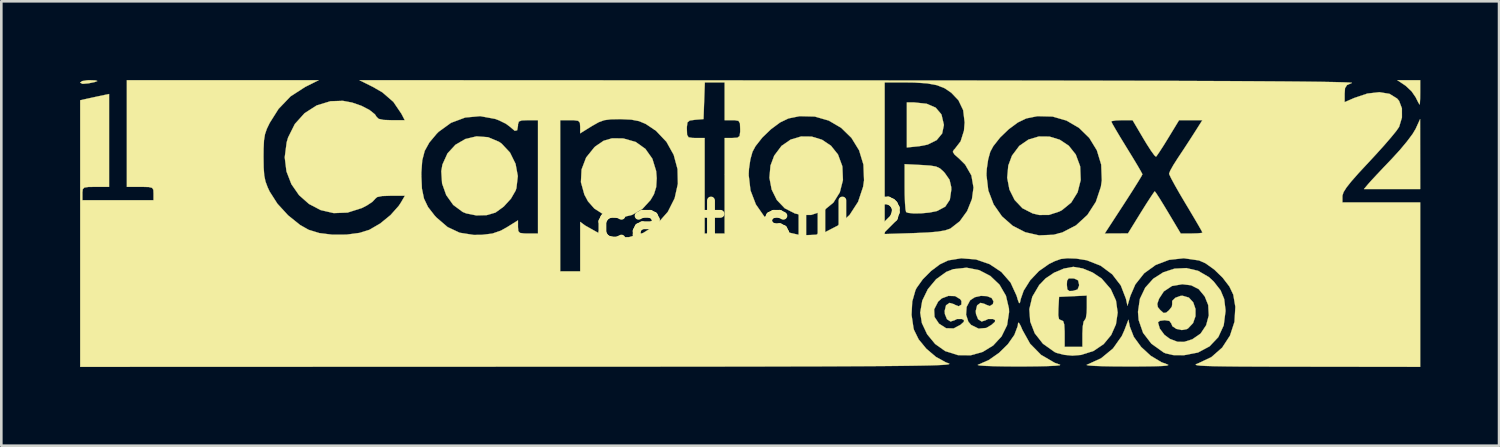
<source format=kicad_pcb>
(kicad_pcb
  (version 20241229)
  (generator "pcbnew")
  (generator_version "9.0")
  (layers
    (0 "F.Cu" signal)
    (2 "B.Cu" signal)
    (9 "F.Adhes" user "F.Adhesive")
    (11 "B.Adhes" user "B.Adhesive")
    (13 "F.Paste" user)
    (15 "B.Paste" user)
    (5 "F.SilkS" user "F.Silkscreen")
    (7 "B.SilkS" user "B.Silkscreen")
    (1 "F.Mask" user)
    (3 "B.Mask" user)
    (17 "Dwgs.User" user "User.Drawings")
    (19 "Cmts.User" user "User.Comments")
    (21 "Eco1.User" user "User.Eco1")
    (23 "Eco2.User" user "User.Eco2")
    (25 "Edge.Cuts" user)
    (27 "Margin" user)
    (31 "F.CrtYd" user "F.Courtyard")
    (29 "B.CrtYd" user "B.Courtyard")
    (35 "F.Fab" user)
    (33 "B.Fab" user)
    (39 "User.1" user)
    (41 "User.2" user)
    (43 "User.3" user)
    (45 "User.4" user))
  (footprint "captosilk2"
    (layer "F.Cu")
    (at 25.49 5.424)
    (property "Reference" "captosilk2" (at 0 0 0) (layer "F.SilkS") (effects (font (size 1.524 1.524) (thickness 0.3))))
    (attr through_hole)
    (fp_poly (pts (xy -24.896 -5.411) (xy -24.829 -5.387) (xy -24.931 -5.348) (xy -25.167 -5.299) (xy -25.393 -5.279) (xy -25.484 -5.322) (xy -25.485 -5.33) (xy -25.409 -5.385) (xy -25.22 -5.416) (xy -25.132 -5.419) (xy -24.896 -5.411)) (stroke (width 0.01) (type solid)) (fill yes) (layer "F.SilkS"))
    (fp_poly (pts (xy 6.287 -4.572) (xy 6.767 -4.521) (xy 7.111 -4.372) (xy 7.321 -4.124) (xy 7.335 -4.092) (xy 7.423 -3.713) (xy 7.356 -3.389) (xy 7.146 -3.135) (xy 6.802 -2.965) (xy 6.487 -2.904) (xy 6.011 -2.855) (xy 6.011 -4.572) (xy 6.287 -4.572)) (stroke (width 0.01) (type solid)) (fill yes) (layer "F.SilkS"))
    (fp_poly (pts (xy 25.569 -4.953) (xy 25.566 -4.698) (xy 25.557 -4.53) (xy 25.548 -4.489) (xy 25.502 -4.559) (xy 25.417 -4.727) (xy 25.4 -4.764) (xy 25.242 -4.994) (xy 25.019 -5.204) (xy 24.985 -5.227) (xy 24.698 -5.419) (xy 25.569 -5.419) (xy 25.569 -4.953)) (stroke (width 0.01) (type solid)) (fill yes) (layer "F.SilkS"))
    (fp_poly (pts (xy 25.567 -2.603) (xy 25.569 -1.27) (xy 23.426 -1.27) (xy 23.586 -1.46) (xy 23.705 -1.594) (xy 23.914 -1.819) (xy 24.181 -2.102) (xy 24.48 -2.415) (xy 24.486 -2.421) (xy 24.79 -2.753) (xy 25.064 -3.081) (xy 25.277 -3.366) (xy 25.396 -3.564) (xy 25.566 -3.937) (xy 25.567 -2.603)) (stroke (width 0.01) (type solid)) (fill yes) (layer "F.SilkS"))
    (fp_poly (pts (xy 2.386 -3.27) (xy 2.777 -3.151) (xy 3.12 -2.922) (xy 3.388 -2.587) (xy 3.549 -2.151) (xy 3.555 -2.12) (xy 3.576 -1.613) (xy 3.457 -1.147) (xy 3.213 -0.755) (xy 2.86 -0.466) (xy 2.76 -0.415) (xy 2.368 -0.286) (xy 1.996 -0.283) (xy 1.744 -0.342) (xy 1.357 -0.54) (xy 1.057 -0.855) (xy 0.86 -1.253) (xy 0.775 -1.701) (xy 0.815 -2.164) (xy 0.957 -2.543) (xy 1.235 -2.915) (xy 1.586 -3.157) (xy 1.98 -3.274) (xy 2.386 -3.27)) (stroke (width 0.01) (type solid)) (fill yes) (layer "F.SilkS"))
    (fp_poly (pts (xy 6.57 -2.187) (xy 6.906 -2.165) (xy 7.122 -2.129) (xy 7.271 -2.06) (xy 7.403 -1.942) (xy 7.459 -1.88) (xy 7.637 -1.625) (xy 7.702 -1.347) (xy 7.705 -1.245) (xy 7.649 -0.865) (xy 7.474 -0.601) (xy 7.171 -0.439) (xy 7.131 -0.427) (xy 6.868 -0.375) (xy 6.565 -0.347) (xy 6.278 -0.342) (xy 6.063 -0.363) (xy 5.983 -0.395) (xy 5.96 -0.498) (xy 5.941 -0.733) (xy 5.929 -1.06) (xy 5.927 -1.336) (xy 5.927 -2.22) (xy 6.57 -2.187)) (stroke (width 0.01) (type solid)) (fill yes) (layer "F.SilkS"))
    (fp_poly (pts (xy 11.446 -3.27) (xy 11.836 -3.151) (xy 12.18 -2.922) (xy 12.447 -2.587) (xy 12.609 -2.151) (xy 12.615 -2.12) (xy 12.635 -1.613) (xy 12.516 -1.147) (xy 12.273 -0.755) (xy 11.919 -0.466) (xy 11.819 -0.415) (xy 11.427 -0.286) (xy 11.056 -0.283) (xy 10.804 -0.342) (xy 10.416 -0.54) (xy 10.117 -0.855) (xy 9.919 -1.253) (xy 9.834 -1.701) (xy 9.875 -2.164) (xy 10.016 -2.543) (xy 10.294 -2.915) (xy 10.645 -3.157) (xy 11.039 -3.274) (xy 11.446 -3.27)) (stroke (width 0.01) (type solid)) (fill yes) (layer "F.SilkS"))
    (fp_poly (pts (xy 14.506 3.971) (xy 14.658 4.361) (xy 14.937 4.744) (xy 15.301 5.08) (xy 15.71 5.326) (xy 15.918 5.403) (xy 15.977 5.432) (xy 15.919 5.455) (xy 15.734 5.471) (xy 15.409 5.481) (xy 14.936 5.487) (xy 14.436 5.488) (xy 13.924 5.486) (xy 13.489 5.478) (xy 13.152 5.466) (xy 12.935 5.45) (xy 12.857 5.432) (xy 12.87 5.424) (xy 13.411 5.177) (xy 13.865 4.803) (xy 14.201 4.328) (xy 14.299 4.11) (xy 14.453 3.705) (xy 14.506 3.971)) (stroke (width 0.01) (type solid)) (fill yes) (layer "F.SilkS"))
    (fp_poly (pts (xy -9.945 -3.247) (xy -9.528 -3.072) (xy -9.428 -3.002) (xy -9.108 -2.66) (xy -8.897 -2.232) (xy -8.811 -1.765) (xy -8.864 -1.307) (xy -8.895 -1.212) (xy -9.072 -0.906) (xy -9.345 -0.607) (xy -9.652 -0.382) (xy -9.669 -0.373) (xy -9.998 -0.277) (xy -10.393 -0.267) (xy -10.777 -0.344) (xy -10.912 -0.399) (xy -11.271 -0.665) (xy -11.539 -1.041) (xy -11.697 -1.484) (xy -11.727 -1.953) (xy -11.684 -2.203) (xy -11.491 -2.629) (xy -11.188 -2.958) (xy -10.808 -3.179) (xy -10.383 -3.279) (xy -9.945 -3.247)) (stroke (width 0.01) (type solid)) (fill yes) (layer "F.SilkS"))
    (fp_poly (pts (xy -4.828 -3.201) (xy -4.779 -3.196) (xy -4.321 -3.066) (xy -3.951 -2.803) (xy -3.685 -2.427) (xy -3.541 -1.958) (xy -3.519 -1.685) (xy -3.54 -1.345) (xy -3.623 -1.077) (xy -3.754 -0.853) (xy -4.063 -0.516) (xy -4.45 -0.289) (xy -4.876 -0.183) (xy -5.299 -0.211) (xy -5.545 -0.303) (xy -5.895 -0.528) (xy -6.137 -0.802) (xy -6.275 -1.058) (xy -6.407 -1.535) (xy -6.382 -2.018) (xy -6.209 -2.472) (xy -5.895 -2.862) (xy -5.848 -2.903) (xy -5.542 -3.111) (xy -5.224 -3.204) (xy -4.828 -3.201)) (stroke (width 0.01) (type solid)) (fill yes) (layer "F.SilkS"))
    (fp_poly (pts (xy 10.346 3.937) (xy 10.415 4.099) (xy 10.707 4.622) (xy 11.125 5.047) (xy 11.644 5.349) (xy 11.853 5.424) (xy 11.837 5.443) (xy 11.672 5.46) (xy 11.38 5.474) (xy 10.981 5.483) (xy 10.497 5.488) (xy 10.287 5.489) (xy 9.775 5.486) (xy 9.34 5.478) (xy 9.003 5.466) (xy 8.786 5.45) (xy 8.709 5.432) (xy 8.721 5.424) (xy 9.134 5.242) (xy 9.524 4.97) (xy 9.859 4.641) (xy 10.107 4.287) (xy 10.237 3.943) (xy 10.249 3.835) (xy 10.277 3.82) (xy 10.346 3.937)) (stroke (width 0.01) (type solid)) (fill yes) (layer "F.SilkS"))
    (fp_poly (pts (xy 12.711 1.754) (xy 13.092 1.911) (xy 13.425 2.133) (xy 13.435 2.142) (xy 13.781 2.541) (xy 13.98 2.981) (xy 14.043 3.436) (xy 13.978 3.88) (xy 13.797 4.289) (xy 13.508 4.638) (xy 13.12 4.899) (xy 12.645 5.049) (xy 12.319 5.075) (xy 12.011 5.046) (xy 11.729 4.976) (xy 11.642 4.939) (xy 11.195 4.621) (xy 10.884 4.225) (xy 10.711 3.777) (xy 10.695 3.548) (xy 11.78 3.548) (xy 11.809 3.684) (xy 11.881 3.725) (xy 11.891 3.725) (xy 11.967 3.761) (xy 12.008 3.889) (xy 12.022 4.145) (xy 12.023 4.233) (xy 12.023 4.741) (xy 12.7 4.741) (xy 12.7 4.233) (xy 12.713 3.963) (xy 12.746 3.779) (xy 12.785 3.725) (xy 12.831 3.649) (xy 12.862 3.451) (xy 12.869 3.256) (xy 12.869 2.786) (xy 11.811 2.836) (xy 11.785 3.281) (xy 11.78 3.548) (xy 10.695 3.548) (xy 10.678 3.304) (xy 10.791 2.832) (xy 11.052 2.389) (xy 11.069 2.371) (xy 12.107 2.371) (xy 12.124 2.553) (xy 12.204 2.615) (xy 12.34 2.609) (xy 12.515 2.555) (xy 12.571 2.418) (xy 12.573 2.371) (xy 12.536 2.208) (xy 12.392 2.14) (xy 12.34 2.132) (xy 12.178 2.132) (xy 12.116 2.217) (xy 12.107 2.371) (xy 11.069 2.371) (xy 11.296 2.134) (xy 11.62 1.916) (xy 11.996 1.758) (xy 12.347 1.694) (xy 12.361 1.694) (xy 12.711 1.754)) (stroke (width 0.01) (type solid)) (fill yes) (layer "F.SilkS"))
    (fp_poly (pts (xy 17.107 1.844) (xy 17.523 2.086) (xy 17.706 2.257) (xy 17.964 2.587) (xy 18.102 2.92) (xy 18.151 3.328) (xy 18.152 3.386) (xy 18.084 3.92) (xy 17.877 4.371) (xy 17.544 4.722) (xy 17.103 4.957) (xy 16.572 5.059) (xy 16.158 5.055) (xy 15.86 4.985) (xy 15.79 4.952) (xy 15.329 4.622) (xy 15.012 4.209) (xy 14.843 3.722) (xy 14.817 3.408) (xy 14.862 3.102) (xy 15.552 3.102) (xy 15.574 3.229) (xy 15.666 3.339) (xy 15.792 3.45) (xy 15.89 3.438) (xy 15.997 3.349) (xy 16.107 3.211) (xy 16.12 3.118) (xy 16.121 2.99) (xy 16.242 2.871) (xy 16.436 2.8) (xy 16.516 2.794) (xy 16.756 2.864) (xy 16.922 3.046) (xy 17.008 3.297) (xy 17.007 3.574) (xy 16.916 3.835) (xy 16.727 4.036) (xy 16.683 4.062) (xy 16.489 4.101) (xy 16.282 4.058) (xy 16.128 3.955) (xy 16.087 3.854) (xy 16.014 3.753) (xy 15.833 3.725) (xy 15.654 3.749) (xy 15.579 3.805) (xy 15.579 3.806) (xy 15.649 4.047) (xy 15.826 4.285) (xy 16.034 4.438) (xy 16.32 4.547) (xy 16.574 4.552) (xy 16.881 4.455) (xy 16.892 4.45) (xy 17.202 4.236) (xy 17.414 3.919) (xy 17.515 3.542) (xy 17.493 3.148) (xy 17.361 2.821) (xy 17.132 2.542) (xy 16.843 2.396) (xy 16.506 2.355) (xy 16.111 2.423) (xy 15.801 2.629) (xy 15.62 2.906) (xy 15.552 3.102) (xy 14.862 3.102) (xy 14.89 2.911) (xy 15.093 2.486) (xy 15.398 2.146) (xy 15.779 1.902) (xy 16.208 1.762) (xy 16.66 1.74) (xy 17.107 1.844)) (stroke (width 0.01) (type solid)) (fill yes) (layer "F.SilkS"))
    (fp_poly (pts (xy 8.765 1.818) (xy 9.192 2.04) (xy 9.541 2.372) (xy 9.786 2.793) (xy 9.901 3.283) (xy 9.906 3.417) (xy 9.83 3.915) (xy 9.619 4.344) (xy 9.3 4.689) (xy 8.9 4.934) (xy 8.445 5.062) (xy 7.961 5.057) (xy 7.476 4.904) (xy 7.468 4.9) (xy 7.089 4.632) (xy 6.784 4.261) (xy 6.584 3.835) (xy 6.52 3.438) (xy 6.541 3.315) (xy 7.05 3.315) (xy 7.065 3.601) (xy 7.235 3.856) (xy 7.507 4.031) (xy 7.795 4.039) (xy 8.055 3.901) (xy 8.184 3.783) (xy 8.186 3.72) (xy 8.106 3.68) (xy 7.92 3.68) (xy 7.831 3.726) (xy 7.675 3.776) (xy 7.54 3.688) (xy 7.47 3.515) (xy 8.267 3.515) (xy 8.355 3.784) (xy 8.459 3.906) (xy 8.746 4.047) (xy 9.039 4.02) (xy 9.24 3.901) (xy 9.369 3.783) (xy 9.371 3.72) (xy 9.291 3.68) (xy 9.105 3.68) (xy 9.016 3.726) (xy 8.86 3.776) (xy 8.726 3.688) (xy 8.646 3.49) (xy 8.636 3.374) (xy 8.688 3.16) (xy 8.818 3.065) (xy 8.989 3.111) (xy 9.014 3.13) (xy 9.173 3.187) (xy 9.289 3.111) (xy 9.313 3.01) (xy 9.242 2.88) (xy 9.064 2.809) (xy 8.832 2.798) (xy 8.6 2.85) (xy 8.421 2.968) (xy 8.288 3.22) (xy 8.267 3.515) (xy 7.47 3.515) (xy 7.46 3.49) (xy 7.451 3.374) (xy 7.503 3.159) (xy 7.634 3.066) (xy 7.81 3.116) (xy 7.836 3.137) (xy 7.988 3.194) (xy 8.089 3.131) (xy 8.09 2.995) (xy 8.046 2.925) (xy 7.851 2.807) (xy 7.595 2.799) (xy 7.344 2.892) (xy 7.203 3.017) (xy 7.05 3.315) (xy 6.541 3.315) (xy 6.598 2.982) (xy 6.811 2.543) (xy 7.126 2.165) (xy 7.512 1.886) (xy 7.779 1.781) (xy 8.285 1.725) (xy 8.765 1.818)) (stroke (width 0.01) (type solid)) (fill yes) (layer "F.SilkS"))
    (fp_poly (pts (xy -16.913 -5.162) (xy -17.47 -4.802) (xy -17.929 -4.323) (xy -18.264 -3.792) (xy -18.374 -3.565) (xy -18.444 -3.36) (xy -18.482 -3.126) (xy -18.497 -2.812) (xy -18.5 -2.498) (xy -18.494 -2.087) (xy -18.473 -1.791) (xy -18.425 -1.559) (xy -18.342 -1.337) (xy -18.266 -1.175) (xy -17.97 -0.712) (xy -17.565 -0.271) (xy -17.107 0.097) (xy -16.782 0.281) (xy -16.374 0.406) (xy -15.873 0.468) (xy -15.341 0.465) (xy -14.842 0.399) (xy -14.468 0.282) (xy -14.052 0.04) (xy -13.659 -0.281) (xy -13.348 -0.631) (xy -13.267 -0.754) (xy -13.114 -1.016) (xy -13.66 -1.016) (xy -13.982 -1.005) (xy -14.168 -0.967) (xy -14.252 -0.895) (xy -14.256 -0.886) (xy -14.356 -0.781) (xy -14.562 -0.646) (xy -14.752 -0.548) (xy -15.296 -0.375) (xy -15.826 -0.355) (xy -16.323 -0.47) (xy -16.769 -0.704) (xy -17.147 -1.039) (xy -17.438 -1.458) (xy -17.562 -1.778) (xy -12.487 -1.778) (xy -12.465 -1.289) (xy -12.387 -0.91) (xy -12.233 -0.587) (xy -11.983 -0.265) (xy -11.907 -0.183) (xy -11.487 0.177) (xy -11.026 0.393) (xy -10.49 0.477) (xy -10.176 0.473) (xy -9.782 0.425) (xy -9.459 0.314) (xy -9.223 0.182) (xy -8.805 -0.078) (xy -8.805 0.173) (xy -8.794 0.327) (xy -8.729 0.4) (xy -8.565 0.422) (xy -8.424 0.423) (xy -8.043 0.423) (xy -8.043 -3.895) (xy -7.197 -3.895) (xy -7.197 1.863) (xy -6.435 1.863) (xy -6.435 -0.021) (xy -6.244 0.119) (xy -5.707 0.42) (xy -5.143 0.567) (xy -4.577 0.561) (xy -4.035 0.401) (xy -3.541 0.09) (xy -3.501 0.055) (xy -3.097 -0.402) (xy -2.836 -0.92) (xy -2.713 -1.472) (xy -2.726 -2.032) (xy -2.872 -2.574) (xy -3.148 -3.07) (xy -3.55 -3.494) (xy -3.635 -3.551) (xy -2.371 -3.551) (xy -2.362 -3.337) (xy -2.305 -3.243) (xy -2.149 -3.218) (xy -2.032 -3.217) (xy -1.693 -3.217) (xy -1.693 0.423) (xy -0.931 0.423) (xy -0.931 -1.815) (xy -0.016 -1.815) (xy 0.054 -1.219) (xy 0.259 -0.685) (xy 0.575 -0.231) (xy 0.983 0.127) (xy 1.461 0.374) (xy 1.988 0.494) (xy 2.543 0.47) (xy 2.646 0.443) (xy 5.165 0.443) (xy 6.287 0.407) (xy 6.812 0.384) (xy 7.197 0.351) (xy 7.469 0.304) (xy 7.656 0.24) (xy 7.679 0.228) (xy 8.027 -0.044) (xy 8.307 -0.431) (xy 8.49 -0.886) (xy 8.551 -1.328) (xy 8.47 -1.791) (xy 8.456 -1.815) (xy 9.043 -1.815) (xy 9.114 -1.219) (xy 9.318 -0.685) (xy 9.635 -0.231) (xy 10.042 0.127) (xy 10.521 0.374) (xy 11.048 0.494) (xy 11.603 0.47) (xy 11.779 0.423) (xy 13.55 0.423) (xy 13.993 0.421) (xy 14.436 0.418) (xy 14.931 -0.384) (xy 15.132 -0.705) (xy 15.3 -0.964) (xy 15.415 -1.134) (xy 15.457 -1.185) (xy 15.509 -1.117) (xy 15.629 -0.933) (xy 15.797 -0.661) (xy 15.966 -0.381) (xy 16.446 0.423) (xy 16.859 0.423) (xy 17.097 0.416) (xy 17.246 0.399) (xy 17.272 0.386) (xy 17.231 0.303) (xy 17.117 0.103) (xy 16.946 -0.188) (xy 16.734 -0.545) (xy 16.637 -0.706) (xy 16.411 -1.087) (xy 16.221 -1.421) (xy 16.081 -1.679) (xy 16.009 -1.833) (xy 16.002 -1.858) (xy 16.047 -1.974) (xy 16.164 -2.183) (xy 16.327 -2.439) (xy 16.559 -2.788) (xy 16.811 -3.175) (xy 16.961 -3.408) (xy 17.27 -3.895) (xy 16.383 -3.895) (xy 15.969 -3.215) (xy 15.784 -2.916) (xy 15.629 -2.677) (xy 15.528 -2.531) (xy 15.503 -2.503) (xy 15.441 -2.557) (xy 15.316 -2.729) (xy 15.149 -2.988) (xy 15.031 -3.183) (xy 14.611 -3.895) (xy 14.206 -3.895) (xy 13.97 -3.885) (xy 13.824 -3.86) (xy 13.801 -3.843) (xy 13.843 -3.756) (xy 13.959 -3.554) (xy 14.131 -3.264) (xy 14.344 -2.916) (xy 14.393 -2.836) (xy 14.612 -2.48) (xy 14.795 -2.176) (xy 14.924 -1.953) (xy 14.984 -1.84) (xy 14.986 -1.832) (xy 14.942 -1.748) (xy 14.821 -1.548) (xy 14.639 -1.257) (xy 14.411 -0.901) (xy 14.268 -0.68) (xy 13.55 0.423) (xy 11.779 0.423) (xy 11.935 0.382) (xy 12.457 0.112) (xy 12.89 -0.286) (xy 13.212 -0.784) (xy 13.403 -1.356) (xy 13.439 -1.603) (xy 13.416 -2.203) (xy 13.25 -2.748) (xy 12.961 -3.22) (xy 12.569 -3.603) (xy 12.095 -3.88) (xy 11.561 -4.034) (xy 10.986 -4.048) (xy 10.56 -3.962) (xy 10.242 -3.809) (xy 9.893 -3.551) (xy 9.564 -3.235) (xy 9.304 -2.905) (xy 9.189 -2.691) (xy 9.109 -2.402) (xy 9.056 -2.042) (xy 9.043 -1.815) (xy 8.456 -1.815) (xy 8.232 -2.204) (xy 8.008 -2.427) (xy 7.827 -2.587) (xy 7.763 -2.687) (xy 7.799 -2.764) (xy 7.834 -2.796) (xy 8.059 -3.088) (xy 8.187 -3.494) (xy 8.213 -3.81) (xy 8.157 -4.277) (xy 7.976 -4.655) (xy 7.705 -4.94) (xy 7.454 -5.111) (xy 7.159 -5.228) (xy 6.783 -5.298) (xy 6.292 -5.33) (xy 5.99 -5.334) (xy 5.165 -5.334) (xy 5.165 0.443) (xy 2.646 0.443) (xy 2.876 0.382) (xy 3.398 0.112) (xy 3.83 -0.286) (xy 4.153 -0.784) (xy 4.344 -1.356) (xy 4.38 -1.603) (xy 4.357 -2.203) (xy 4.191 -2.748) (xy 3.901 -3.22) (xy 3.509 -3.603) (xy 3.036 -3.88) (xy 2.501 -4.034) (xy 1.926 -4.048) (xy 1.501 -3.962) (xy 1.182 -3.809) (xy 0.834 -3.551) (xy 0.505 -3.235) (xy 0.245 -2.905) (xy 0.13 -2.691) (xy 0.049 -2.402) (xy -0.004 -2.042) (xy -0.016 -1.815) (xy -0.931 -1.815) (xy -0.931 -3.217) (xy -0.635 -3.217) (xy -0.445 -3.228) (xy -0.361 -3.291) (xy -0.339 -3.456) (xy -0.339 -3.556) (xy -0.348 -3.773) (xy -0.403 -3.869) (xy -0.548 -3.894) (xy -0.635 -3.895) (xy -0.931 -3.895) (xy -0.931 -5.334) (xy -1.686 -5.334) (xy -1.711 -4.636) (xy -1.736 -3.937) (xy -2.053 -3.911) (xy -2.258 -3.883) (xy -2.348 -3.811) (xy -2.37 -3.64) (xy -2.371 -3.551) (xy -3.635 -3.551) (xy -3.937 -3.752) (xy -4.192 -3.859) (xy -4.489 -3.916) (xy -4.888 -3.935) (xy -4.918 -3.935) (xy -5.27 -3.928) (xy -5.518 -3.895) (xy -5.731 -3.817) (xy -5.975 -3.679) (xy -5.998 -3.665) (xy -6.435 -3.394) (xy -6.435 -3.644) (xy -6.446 -3.798) (xy -6.511 -3.871) (xy -6.675 -3.893) (xy -6.816 -3.895) (xy -7.197 -3.895) (xy -8.043 -3.895) (xy -8.424 -3.895) (xy -8.659 -3.886) (xy -8.771 -3.843) (xy -8.804 -3.74) (xy -8.805 -3.683) (xy -8.836 -3.51) (xy -8.929 -3.491) (xy -9.089 -3.627) (xy -9.099 -3.637) (xy -9.265 -3.76) (xy -9.523 -3.887) (xy -9.674 -3.944) (xy -10.245 -4.049) (xy -10.817 -3.996) (xy -11.356 -3.795) (xy -11.828 -3.453) (xy -11.907 -3.373) (xy -12.183 -3.043) (xy -12.359 -2.725) (xy -12.453 -2.365) (xy -12.486 -1.907) (xy -12.487 -1.778) (xy -17.562 -1.778) (xy -17.626 -1.944) (xy -17.692 -2.481) (xy -17.618 -3.052) (xy -17.564 -3.235) (xy -17.307 -3.749) (xy -16.935 -4.162) (xy -16.473 -4.458) (xy -15.95 -4.617) (xy -15.476 -4.632) (xy -15.124 -4.566) (xy -14.772 -4.444) (xy -14.467 -4.287) (xy -14.255 -4.118) (xy -14.194 -4.024) (xy -14.113 -3.946) (xy -13.925 -3.905) (xy -13.632 -3.895) (xy -13.119 -3.895) (xy -13.245 -4.139) (xy -13.553 -4.593) (xy -13.971 -4.955) (xy -14.326 -5.16) (xy -14.844 -5.419) (xy 4.199 -5.41) (xy 6.534 -5.409) (xy 8.702 -5.407) (xy 10.706 -5.404) (xy 12.548 -5.401) (xy 14.231 -5.398) (xy 15.757 -5.394) (xy 17.129 -5.389) (xy 18.35 -5.384) (xy 19.422 -5.378) (xy 20.347 -5.372) (xy 21.129 -5.365) (xy 21.769 -5.357) (xy 22.27 -5.348) (xy 22.635 -5.339) (xy 22.866 -5.33) (xy 22.966 -5.319) (xy 22.966 -5.313) (xy 22.783 -5.235) (xy 22.706 -5.116) (xy 22.691 -4.903) (xy 22.691 -4.582) (xy 23.05 -4.739) (xy 23.557 -4.91) (xy 24.015 -4.962) (xy 24.4 -4.899) (xy 24.69 -4.72) (xy 24.765 -4.631) (xy 24.873 -4.347) (xy 24.874 -3.998) (xy 24.77 -3.651) (xy 24.759 -3.629) (xy 24.658 -3.483) (xy 24.461 -3.242) (xy 24.192 -2.931) (xy 23.872 -2.577) (xy 23.616 -2.301) (xy 23.227 -1.883) (xy 22.946 -1.564) (xy 22.759 -1.328) (xy 22.65 -1.155) (xy 22.608 -1.027) (xy 22.606 -0.996) (xy 22.606 -0.762) (xy 25.569 -0.762) (xy 25.569 5.503) (xy 21.145 5.497) (xy 20.166 5.496) (xy 19.344 5.493) (xy 18.668 5.49) (xy 18.126 5.484) (xy 17.706 5.477) (xy 17.397 5.468) (xy 17.186 5.456) (xy 17.063 5.441) (xy 17.015 5.423) (xy 17.03 5.401) (xy 17.097 5.375) (xy 17.103 5.373) (xy 17.613 5.132) (xy 18.024 4.771) (xy 18.322 4.314) (xy 18.494 3.788) (xy 18.527 3.217) (xy 18.448 2.752) (xy 18.3 2.441) (xy 18.044 2.107) (xy 17.726 1.798) (xy 17.393 1.559) (xy 17.145 1.449) (xy 16.561 1.365) (xy 16 1.427) (xy 15.489 1.622) (xy 15.052 1.938) (xy 14.716 2.362) (xy 14.529 2.794) (xy 14.417 3.175) (xy 14.358 2.909) (xy 14.163 2.402) (xy 13.835 1.976) (xy 13.395 1.649) (xy 12.868 1.442) (xy 12.461 1.377) (xy 12.126 1.365) (xy 11.878 1.393) (xy 11.638 1.479) (xy 11.43 1.582) (xy 11.046 1.85) (xy 10.709 2.206) (xy 10.461 2.601) (xy 10.352 2.913) (xy 10.319 3.058) (xy 10.289 3.078) (xy 10.243 2.961) (xy 10.191 2.789) (xy 9.963 2.292) (xy 9.611 1.887) (xy 9.163 1.589) (xy 8.645 1.411) (xy 8.085 1.366) (xy 7.59 1.446) (xy 7.273 1.595) (xy 6.933 1.85) (xy 6.619 2.165) (xy 6.384 2.494) (xy 6.339 2.582) (xy 6.216 3.016) (xy 6.19 3.521) (xy 6.265 4.028) (xy 6.284 4.097) (xy 6.461 4.457) (xy 6.755 4.815) (xy 7.117 5.122) (xy 7.501 5.334) (xy 7.59 5.365) (xy 7.626 5.38) (xy 7.629 5.394) (xy 7.593 5.407) (xy 7.51 5.418) (xy 7.374 5.429) (xy 7.178 5.438) (xy 6.916 5.447) (xy 6.582 5.454) (xy 6.168 5.461) (xy 5.668 5.467) (xy 5.076 5.473) (xy 4.385 5.477) (xy 3.588 5.481) (xy 2.679 5.485) (xy 1.651 5.487) (xy 0.497 5.49) (xy -0.788 5.492) (xy -2.212 5.494) (xy -3.781 5.495) (xy -5.502 5.496) (xy -7.381 5.497) (xy -8.742 5.497) (xy -25.485 5.503) (xy -25.485 -4.653) (xy -25.294 -4.697) (xy -25.089 -4.742) (xy -24.817 -4.801) (xy -24.744 -4.816) (xy -24.384 -4.893) (xy -24.384 -1.355) (xy -24.892 -1.355) (xy -25.173 -1.351) (xy -25.325 -1.328) (xy -25.387 -1.265) (xy -25.4 -1.142) (xy -25.4 -1.101) (xy -25.4 -0.847) (xy -22.691 -0.847) (xy -22.691 -1.101) (xy -22.697 -1.241) (xy -22.744 -1.317) (xy -22.87 -1.348) (xy -23.116 -1.355) (xy -23.199 -1.355) (xy -23.707 -1.355) (xy -23.707 -5.419) (xy -16.398 -5.419) (xy -16.913 -5.162)) (stroke (width 0.01) (type solid)) (fill yes) (layer "F.SilkS")))
  (gr_rect
    (start -3 -3)
    (end 54.064 13.932)
    (stroke (width 0.1) (type default))
    (fill no)
    (layer "Edge.Cuts")))
</source>
